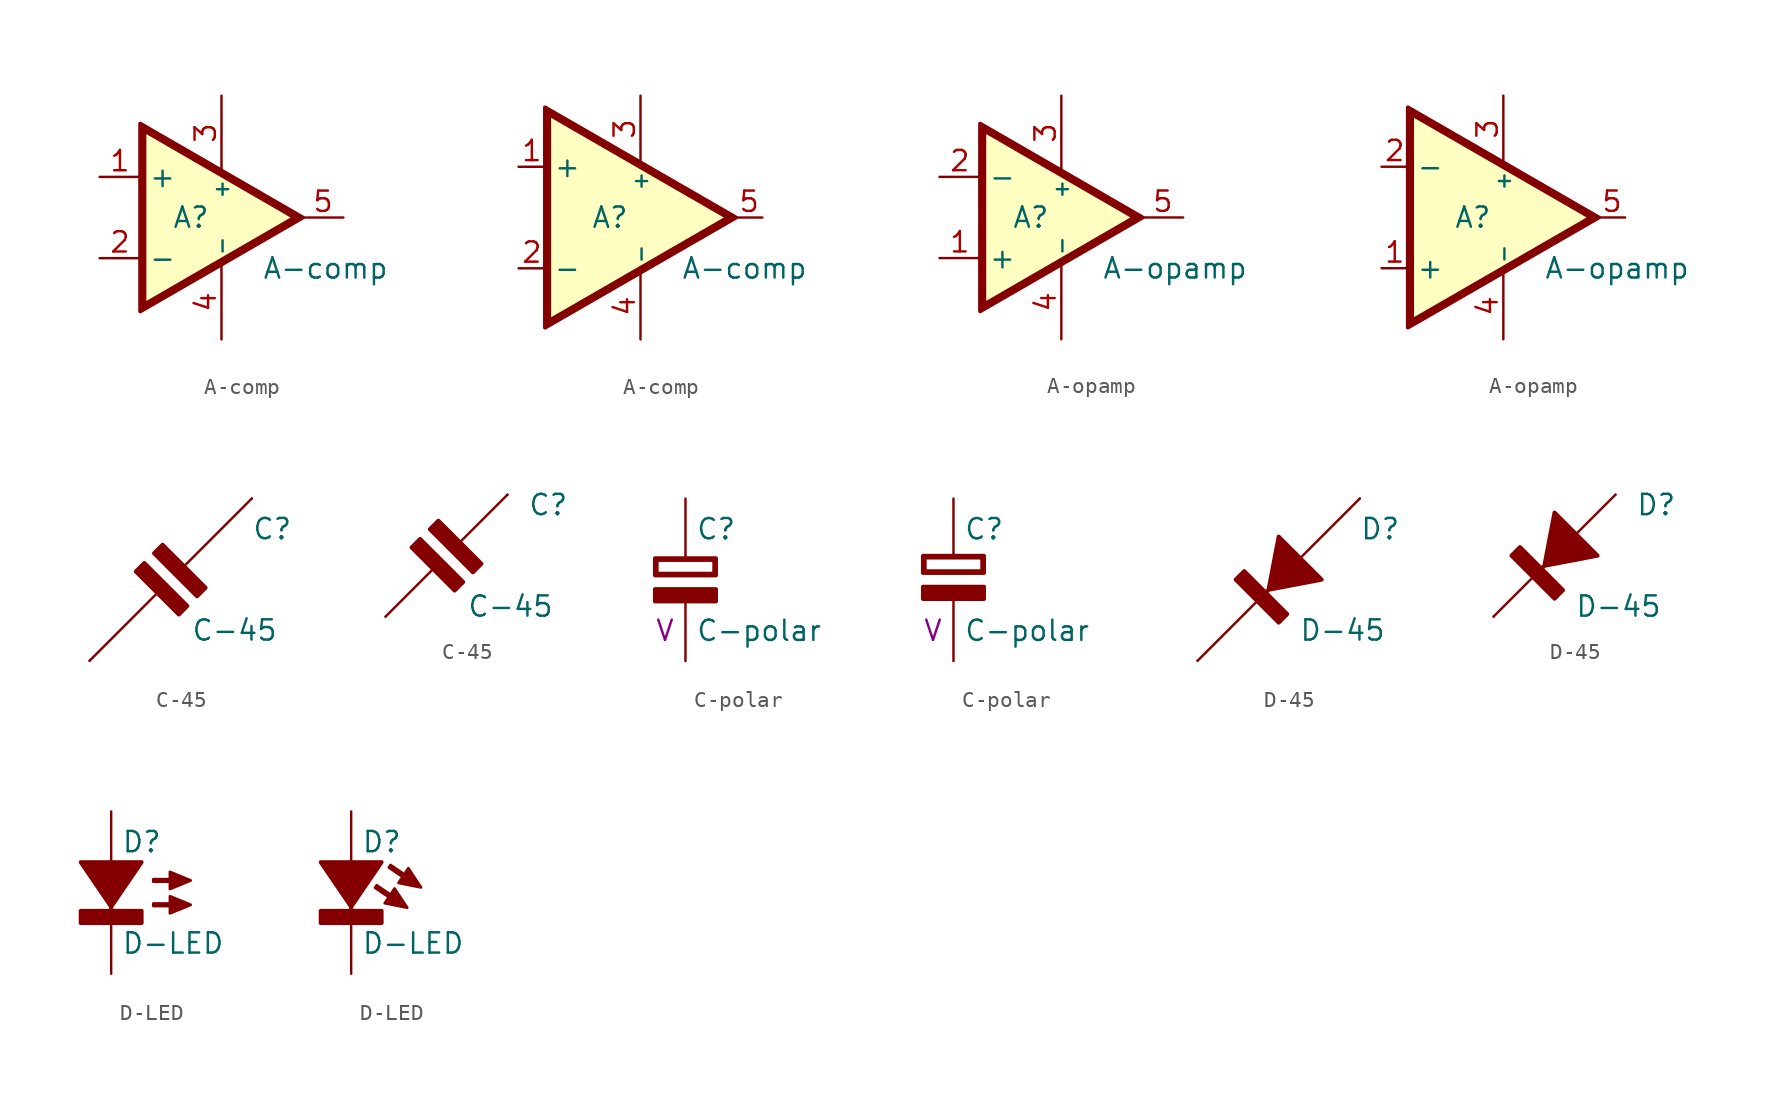
<source format=kicad_sym>
(kicad_symbol_lib
  (version 20211014)
  (generator kicad_symbol_editor)
  (symbol "A-comp"
    (property "Reference" "A"
      (at -1.905 0 0)
      (effects (font (size 1.27 1.27))))
    (property "Value" "A-comp"
      (at 2.54 -3.175 0)
      (effects (font (size 1.27 1.27)) (justify left)))
    (symbol "A-comp_1_1"
      (polyline (pts (xy 4.851 0) (xy -4.953 5.664) (xy -4.953 -5.664) (xy 4.851 0)) (stroke (width -0.051) (type default) (color 0 0 0 0)) (fill (type background)))
      (polyline (pts (xy 5.08 0) (xy -5.08 5.867) (xy -5.08 -5.867) (xy 5.08 0) (xy 4.572 0) (xy -4.826 -5.436) (xy -4.826 5.436) (xy 4.572 0) (xy 5.08 0)) (stroke (width 0.254) (type default) (color 0 0 0 0)) (fill (type outline)))
      (pin input line (at -7.62 2.54 0) (length 2.54) (name "+" (effects (font (size 1.27 1.27)))) (number "1" (effects (font (size 1.27 1.27)))))
      (pin input line (at -7.62 -2.54 0) (length 2.54) (name "-" (effects (font (size 1.27 1.27)))) (number "2" (effects (font (size 1.27 1.27)))))
      (pin power_in line (at 0 7.62 270) (length 4.674) (name "+" (effects (font (size 0.914 0.914)))) (number "3" (effects (font (size 1.27 1.27)))))
      (pin power_in line (at 0 -7.62 90) (length 4.674) (name "-" (effects (font (size 0.914 0.914)))) (number "4" (effects (font (size 1.27 1.27)))))
      (pin output line (at 7.62 0 180) (length 2.54) (name "OUT" (effects (font (size 0 0)))) (number "5" (effects (font (size 1.27 1.27))))))
    (symbol "A-comp_1_2"
      (polyline (pts (xy 5.715 0) (xy -5.842 6.655) (xy -5.842 -6.655) (xy 5.715 0)) (stroke (width -0.051) (type default) (color 0 0 0 0)) (fill (type background)))
      (polyline (pts (xy 5.969 0) (xy -5.969 6.883) (xy -5.969 -6.883) (xy 5.969 0) (xy 5.461 0) (xy -5.715 -6.452) (xy -5.715 6.452) (xy 5.461 0) (xy 5.969 0)) (stroke (width 0.254) (type default) (color 0 0 0 0)) (fill (type outline)))
      (pin input line (at -7.62 3.175 0) (length 1.651) (name "+" (effects (font (size 1.27 1.27)))) (number "1" (effects (font (size 1.27 1.27)))))
      (pin input line (at -7.62 -3.175 0) (length 1.651) (name "-" (effects (font (size 1.27 1.27)))) (number "2" (effects (font (size 1.27 1.27)))))
      (pin power_in line (at 0 7.62 270) (length 4.166) (name "+" (effects (font (size 0.914 0.914)))) (number "3" (effects (font (size 1.27 1.27)))))
      (pin power_in line (at 0 -7.62 90) (length 4.166) (name "-" (effects (font (size 0.914 0.914)))) (number "4" (effects (font (size 1.27 1.27)))))
      (pin output line (at 7.62 0 180) (length 1.651) (name "OUT" (effects (font (size 0 0)))) (number "5" (effects (font (size 1.27 1.27)))))))
  (symbol "A-opamp"
    (property "Reference" "A"
      (at -1.905 0 0)
      (effects (font (size 1.27 1.27))))
    (property "Value" "A-opamp"
      (at 2.54 -3.175 0)
      (effects (font (size 1.27 1.27)) (justify left)))
    (symbol "A-opamp_1_1"
      (polyline (pts (xy 4.851 0) (xy -4.953 5.664) (xy -4.953 -5.664) (xy 4.851 0)) (stroke (width -0.051) (type default) (color 0 0 0 0)) (fill (type background)))
      (polyline (pts (xy 5.08 0) (xy -5.08 5.867) (xy -5.08 -5.867) (xy 5.08 0) (xy 4.572 0) (xy -4.826 -5.436) (xy -4.826 5.436) (xy 4.572 0) (xy 5.08 0)) (stroke (width 0.254) (type default) (color 0 0 0 0)) (fill (type outline)))
      (pin input line (at -7.62 -2.54 0) (length 2.54) (name "+" (effects (font (size 1.27 1.27)))) (number "1" (effects (font (size 1.27 1.27)))))
      (pin input line (at -7.62 2.54 0) (length 2.54) (name "-" (effects (font (size 1.27 1.27)))) (number "2" (effects (font (size 1.27 1.27)))))
      (pin power_in line (at 0 7.62 270) (length 4.674) (name "+" (effects (font (size 0.914 0.914)))) (number "3" (effects (font (size 1.27 1.27)))))
      (pin power_in line (at 0 -7.62 90) (length 4.674) (name "-" (effects (font (size 0.914 0.914)))) (number "4" (effects (font (size 1.27 1.27)))))
      (pin output line (at 7.62 0 180) (length 2.54) (name "OUT" (effects (font (size 0 0)))) (number "5" (effects (font (size 1.27 1.27))))))
    (symbol "A-opamp_1_2"
      (polyline (pts (xy 5.715 0) (xy -5.842 6.655) (xy -5.842 -6.655) (xy 5.715 0)) (stroke (width -0.051) (type default) (color 0 0 0 0)) (fill (type background)))
      (polyline (pts (xy 5.969 0) (xy -5.969 6.883) (xy -5.969 -6.883) (xy 5.969 0) (xy 5.461 0) (xy -5.715 -6.452) (xy -5.715 6.452) (xy 5.461 0) (xy 5.969 0)) (stroke (width 0.254) (type default) (color 0 0 0 0)) (fill (type outline)))
      (pin input line (at -7.62 -3.175 0) (length 1.651) (name "+" (effects (font (size 1.27 1.27)))) (number "1" (effects (font (size 1.27 1.27)))))
      (pin input line (at -7.62 3.175 0) (length 1.651) (name "-" (effects (font (size 1.27 1.27)))) (number "2" (effects (font (size 1.27 1.27)))))
      (pin power_in line (at 0 7.62 270) (length 4.166) (name "+" (effects (font (size 0.914 0.914)))) (number "3" (effects (font (size 1.27 1.27)))))
      (pin power_in line (at 0 -7.62 90) (length 4.166) (name "-" (effects (font (size 0.914 0.914)))) (number "4" (effects (font (size 1.27 1.27)))))
      (pin output line (at 7.62 0 180) (length 1.651) (name "OUT" (effects (font (size 0 0)))) (number "5" (effects (font (size 1.27 1.27)))))))
  (symbol "C-45"
    (pin_numbers hide)
    (pin_names
      (offset 0) hide)
    (property "Reference" "C"
      (at 5.08 3.175 0)
      (effects (font (size 1.27 1.27)) (justify left)))
    (property "Value" "C-45"
      (at 1.27 -3.175 0)
      (effects (font (size 1.27 1.27)) (justify left)))
    (symbol "C-45_1_0"
      (polyline (pts (xy -2.184 0.508) (xy 0.508 -2.184) (xy 1.041 -1.651) (xy -1.651 1.041) (xy -2.184 0.508)) (stroke (width 0.254) (type default) (color 0 0 0 0)) (fill (type outline)))
      (polyline (pts (xy -1.041 1.651) (xy 1.651 -1.041) (xy 2.184 -0.508) (xy -0.508 2.184) (xy -1.041 1.651)) (stroke (width 0.254) (type default) (color 0 0 0 0)) (fill (type outline))))
    (symbol "C-45_1_1"
      (polyline (pts (xy -0.838 -0.838) (xy -5.08 -5.08)) (stroke (width 0) (type default) (color 0 0 0 0)) (fill (type none)))
      (polyline (pts (xy 5.08 5.08) (xy 0.838 0.838)) (stroke (width 0) (type default) (color 0 0 0 0)) (fill (type none)))
      (pin passive line (at 5.08 5.08 270) (length 0) (name "+" (effects (font (size 1.27 1.27)))) (number "1" (effects (font (size 1.27 1.27)))))
      (pin passive line (at -5.08 -5.08 90) (length 0) (name "-" (effects (font (size 1.27 1.27)))) (number "2" (effects (font (size 1.27 1.27))))))
    (symbol "C-45_1_2"
      (polyline (pts (xy -0.838 -0.838) (xy -3.81 -3.81)) (stroke (width 0) (type default) (color 0 0 0 0)) (fill (type none)))
      (polyline (pts (xy 3.81 3.81) (xy 0.838 0.838)) (stroke (width 0) (type default) (color 0 0 0 0)) (fill (type none)))
      (pin passive line (at 3.81 3.81 270) (length 0) (name "+" (effects (font (size 1.27 1.27)))) (number "1" (effects (font (size 1.27 1.27)))))
      (pin passive line (at -3.81 -3.81 90) (length 0) (name "-" (effects (font (size 1.27 1.27)))) (number "2" (effects (font (size 1.27 1.27)))))))
  (symbol "C-polar"
    (pin_numbers hide)
    (pin_names
      (offset 0) hide)
    (property "Reference" "C"
      (at 0.635 3.175 0)
      (effects (font (size 1.27 1.27)) (justify left)))
    (property "Value" "C-polar"
      (at 0.635 -3.175 0)
      (effects (font (size 1.27 1.27)) (justify left)))
    (property "Rating" "V"
      (at -0.635 -3.175 0)
      (effects (font (size 1.27 1.27)) (justify right)))
    (symbol "C-polar_1_1"
      (rectangle (start -1.905 -0.584) (end 1.905 -1.346) (stroke (width 0.254) (type default) (color 0 0 0 0)) (fill (type outline)))
      (polyline (pts (xy -1.905 0.279) (xy 1.905 0.279) (xy 1.905 1.346) (xy -1.905 1.346) (xy -1.905 0.279) (xy -1.803 0.381) (xy -1.803 1.245) (xy 1.803 1.245) (xy 1.803 0.381) (xy -1.803 0.381) (xy -1.905 0.279)) (stroke (width 0.254) (type default) (color 0 0 0 0)) (fill (type outline)))
      (pin passive line (at 0 5.08 270) (length 3.734) (name "+" (effects (font (size 1.27 1.27)))) (number "1" (effects (font (size 1.27 1.27)))))
      (pin passive line (at 0 -5.08 90) (length 3.734) (name "-" (effects (font (size 1.27 1.27)))) (number "2" (effects (font (size 1.27 1.27))))))
    (symbol "C-polar_1_2"
      (rectangle (start -1.905 -0.432) (end 1.905 -1.194) (stroke (width 0.254) (type default) (color 0 0 0 0)) (fill (type outline)))
      (polyline (pts (xy -1.905 0.432) (xy 1.905 0.432) (xy 1.905 1.499) (xy -1.905 1.499) (xy -1.905 0.432) (xy -1.803 0.533) (xy -1.803 1.397) (xy 1.803 1.397) (xy 1.803 0.533) (xy -1.803 0.533) (xy -1.905 0.432)) (stroke (width 0.254) (type default) (color 0 0 0 0)) (fill (type outline)))
      (pin passive line (at 0 5.08 270) (length 3.581) (name "+" (effects (font (size 1.27 1.27)))) (number "1" (effects (font (size 1.27 1.27)))))
      (pin passive line (at 0 -5.08 90) (length 3.886) (name "-" (effects (font (size 1.27 1.27)))) (number "2" (effects (font (size 1.27 1.27)))))))
  (symbol "D-45"
    (pin_numbers hide)
    (pin_names
      (offset 0) hide)
    (property "Reference" "D"
      (at 5.08 3.175 0)
      (effects (font (size 1.27 1.27)) (justify left)))
    (property "Value" "D-45"
      (at 1.27 -3.175 0)
      (effects (font (size 1.27 1.27)) (justify left)))
    (symbol "D-45_1_0"
      (polyline (pts (xy -2.692 0) (xy 0 -2.692) (xy 0.533 -2.159) (xy -0.813 -0.813) (xy -0.635 -0.635) (xy 2.692 0) (xy 0 2.692) (xy -0.635 -0.635) (xy -0.813 -0.813) (xy -2.159 0.533) (xy -2.692 0)) (stroke (width 0.254) (type default) (color 0 0 0 0)) (fill (type outline))))
    (symbol "D-45_1_1"
      (polyline (pts (xy -1.346 -1.346) (xy -5.08 -5.08)) (stroke (width 0) (type default) (color 0 0 0 0)) (fill (type none)))
      (polyline (pts (xy 5.08 5.08) (xy 1.346 1.346)) (stroke (width 0) (type default) (color 0 0 0 0)) (fill (type none)))
      (pin passive line (at -5.08 -5.08 90) (length 0) (name "K-" (effects (font (size 1.27 1.27)))) (number "1" (effects (font (size 1.27 1.27)))))
      (pin passive line (at 5.08 5.08 270) (length 0) (name "A+" (effects (font (size 1.27 1.27)))) (number "2" (effects (font (size 1.27 1.27))))))
    (symbol "D-45_1_2"
      (polyline (pts (xy -1.346 -1.346) (xy -3.81 -3.81)) (stroke (width 0) (type default) (color 0 0 0 0)) (fill (type none)))
      (polyline (pts (xy 3.81 3.81) (xy 1.346 1.346)) (stroke (width 0) (type default) (color 0 0 0 0)) (fill (type none)))
      (pin passive line (at -3.81 -3.81 90) (length 0) (name "K-" (effects (font (size 1.27 1.27)))) (number "1" (effects (font (size 1.27 1.27)))))
      (pin passive line (at 3.81 3.81 270) (length 0) (name "A+" (effects (font (size 1.27 1.27)))) (number "2" (effects (font (size 1.27 1.27)))))))
  (symbol "D-LED"
    (pin_numbers hide)
    (pin_names
      (offset 0) hide)
    (property "Reference" "D"
      (at 0.635 3.175 0)
      (effects (font (size 1.27 1.27)) (justify left)))
    (property "Value" "D-LED"
      (at 0.635 -3.175 0)
      (effects (font (size 1.27 1.27)) (justify left)))
    (symbol "D-LED_1_0"
      (polyline (pts (xy -1.905 -1.905) (xy 1.905 -1.905) (xy 1.905 -1.143) (xy 0 -1.143) (xy 0 -0.889) (xy 1.905 1.905) (xy -1.905 1.905) (xy 0 -0.889) (xy 0 -1.143) (xy -1.905 -1.143) (xy -1.905 -1.905)) (stroke (width 0.254) (type default) (color 0 0 0 0)) (fill (type outline)))
      (pin passive line (at 0 -5.08 90) (length 3.175) (name "K-" (effects (font (size 1.27 1.27)))) (number "1" (effects (font (size 1.27 1.27)))))
      (pin passive line (at 0 5.08 270) (length 3.175) (name "A+" (effects (font (size 1.27 1.27)))) (number "2" (effects (font (size 1.27 1.27))))))
    (symbol "D-LED_1_1"
      (polyline (pts (xy 4.978 -0.762) (xy 3.683 -0.229) (xy 3.683 -0.686) (xy 2.642 -0.686) (xy 2.642 -0.838) (xy 3.683 -0.838) (xy 3.683 -1.295) (xy 4.978 -0.762)) (stroke (width 0.178) (type default) (color 0 0 0 0)) (fill (type outline)))
      (polyline (pts (xy 4.978 0.762) (xy 3.683 1.295) (xy 3.683 0.838) (xy 2.642 0.838) (xy 2.642 0.686) (xy 3.683 0.686) (xy 3.683 0.229) (xy 4.978 0.762)) (stroke (width 0.178) (type default) (color 0 0 0 0)) (fill (type outline))))
    (symbol "D-LED_1_2"
      (polyline (pts (xy 3.505 -0.94) (xy 2.718 0.254) (xy 2.464 -0.127) (xy 1.6 0.457) (xy 1.499 0.305) (xy 2.362 -0.279) (xy 2.108 -0.66) (xy 3.505 -0.94)) (stroke (width 0.178) (type default) (color 0 0 0 0)) (fill (type outline)))
      (polyline (pts (xy 4.369 0.33) (xy 3.581 1.524) (xy 3.327 1.143) (xy 2.464 1.727) (xy 2.362 1.575) (xy 3.226 0.991) (xy 2.972 0.61) (xy 4.369 0.33)) (stroke (width 0.178) (type default) (color 0 0 0 0)) (fill (type outline))))
    (symbol "D-LED_1_3"
      (polyline (pts (xy 3.353 1.422) (xy 2.032 0.889) (xy 2.362 0.559) (xy 1.626 -0.178) (xy 1.753 -0.305) (xy 2.489 0.432) (xy 2.819 0.102) (xy 3.353 1.422)) (stroke (width 0.178) (type default) (color 0 0 0 0)) (fill (type outline)))
      (polyline (pts (xy 4.47 0.305) (xy 3.15 -0.229) (xy 3.48 -0.559) (xy 2.743 -1.295) (xy 2.87 -1.422) (xy 3.607 -0.686) (xy 3.937 -1.016) (xy 4.47 0.305)) (stroke (width 0.178) (type default) (color 0 0 0 0)) (fill (type outline))))
    (symbol "D-LED_1_4"
      (polyline (pts (xy 4.623 -0.762) (xy 3.327 -0.229) (xy 3.327 -0.686) (xy 2.286 -0.686) (xy 2.286 -0.838) (xy 3.327 -0.838) (xy 3.327 -1.295) (xy 4.623 -0.762)) (stroke (width 0.178) (type default) (color 0 0 0 0)) (fill (type outline)))
      (polyline (pts (xy 4.623 0.762) (xy 3.327 1.295) (xy 3.327 0.838) (xy 2.286 0.838) (xy 2.286 0.686) (xy 3.327 0.686) (xy 3.327 0.229) (xy 4.623 0.762)) (stroke (width 0.178) (type default) (color 0 0 0 0)) (fill (type outline))))))
</source>
